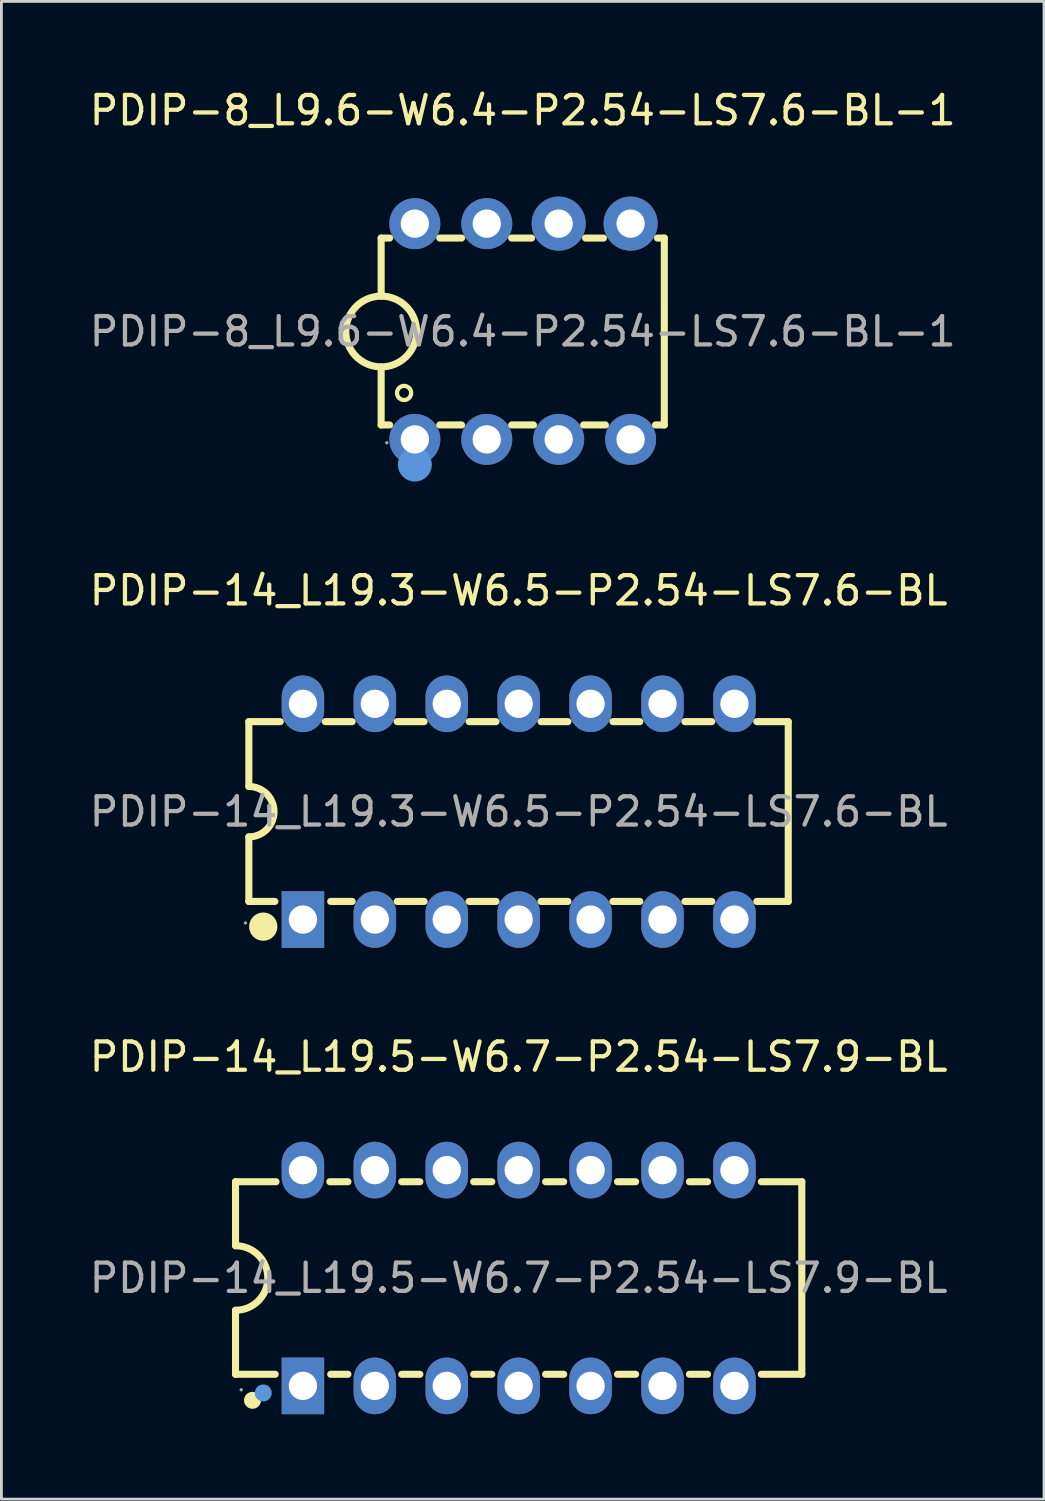
<source format=kicad_pcb>
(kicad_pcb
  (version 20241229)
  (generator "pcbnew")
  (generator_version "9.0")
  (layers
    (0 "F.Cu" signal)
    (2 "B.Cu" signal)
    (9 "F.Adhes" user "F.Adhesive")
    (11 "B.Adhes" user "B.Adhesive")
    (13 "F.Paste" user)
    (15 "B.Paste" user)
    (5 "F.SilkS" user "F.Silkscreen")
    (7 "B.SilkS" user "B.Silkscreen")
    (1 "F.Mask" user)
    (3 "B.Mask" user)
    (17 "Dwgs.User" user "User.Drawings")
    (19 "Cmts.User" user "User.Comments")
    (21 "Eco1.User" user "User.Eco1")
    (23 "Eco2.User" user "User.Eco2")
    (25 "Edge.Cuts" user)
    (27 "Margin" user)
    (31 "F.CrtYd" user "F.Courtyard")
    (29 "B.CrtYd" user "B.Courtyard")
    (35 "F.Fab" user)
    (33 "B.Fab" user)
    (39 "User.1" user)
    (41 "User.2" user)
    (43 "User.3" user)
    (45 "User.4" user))
  (footprint "PDIP-14_L19.5-W6.7-P2.54-LS7.9-BL"
    (layer "F.Cu")
    (at 15.268 42.085)
    (property "Reference" "PDIP-14_L19.5-W6.7-P2.54-LS7.9-BL" (at 0 -7.81 0) (layer "F.SilkS") (effects (font (size 1 1) (thickness 0.15))))
    (attr through_hole)
    (fp_line (start -10 -3.4) (end -10 -1.14) (stroke (width 0.25) (type solid)) (layer "F.SilkS"))
    (fp_line (start -10 -3.4) (end -8.57 -3.4) (stroke (width 0.25) (type solid)) (layer "F.SilkS"))
    (fp_line (start -10 3.4) (end -10 1.14) (stroke (width 0.25) (type solid)) (layer "F.SilkS"))
    (fp_line (start -10 3.4) (end -8.6 3.4) (stroke (width 0.25) (type solid)) (layer "F.SilkS"))
    (fp_line (start -6.67 -3.4) (end -6.03 -3.4) (stroke (width 0.25) (type solid)) (layer "F.SilkS"))
    (fp_line (start -6.64 3.4) (end -6.03 3.4) (stroke (width 0.25) (type solid)) (layer "F.SilkS"))
    (fp_line (start -4.13 -3.4) (end -3.49 -3.4) (stroke (width 0.25) (type solid)) (layer "F.SilkS"))
    (fp_line (start -4.13 3.4) (end -3.49 3.4) (stroke (width 0.25) (type solid)) (layer "F.SilkS"))
    (fp_line (start -1.59 -3.4) (end -0.95 -3.4) (stroke (width 0.25) (type solid)) (layer "F.SilkS"))
    (fp_line (start -1.59 3.4) (end -0.95 3.4) (stroke (width 0.25) (type solid)) (layer "F.SilkS"))
    (fp_line (start 0.95 -3.4) (end 1.59 -3.4) (stroke (width 0.25) (type solid)) (layer "F.SilkS"))
    (fp_line (start 0.95 3.4) (end 1.59 3.4) (stroke (width 0.25) (type solid)) (layer "F.SilkS"))
    (fp_line (start 3.49 -3.4) (end 4.13 -3.4) (stroke (width 0.25) (type solid)) (layer "F.SilkS"))
    (fp_line (start 3.49 3.4) (end 4.13 3.4) (stroke (width 0.25) (type solid)) (layer "F.SilkS"))
    (fp_line (start 6.03 -3.4) (end 6.67 -3.4) (stroke (width 0.25) (type solid)) (layer "F.SilkS"))
    (fp_line (start 6.03 3.4) (end 6.67 3.4) (stroke (width 0.25) (type solid)) (layer "F.SilkS"))
    (fp_line (start 8.57 -3.4) (end 10 -3.4) (stroke (width 0.25) (type solid)) (layer "F.SilkS"))
    (fp_line (start 8.57 3.4) (end 10 3.4) (stroke (width 0.25) (type solid)) (layer "F.SilkS"))
    (fp_line (start 10 -3.4) (end 10 3.4) (stroke (width 0.25) (type solid)) (layer "F.SilkS"))
    (fp_arc (start -10 -1.14) (mid -8.86 0) (end -10 1.14) (stroke (width 0.25) (type solid)) (layer "F.SilkS"))
    (fp_circle (center -9.4 4.32) (end -9.25 4.32) (stroke (width 0.3) (type solid)) (fill no) (layer "F.SilkS"))
    (fp_circle (center -9.02 4.06) (end -8.87 4.06) (stroke (width 0.3) (type solid)) (fill no) (layer "Cmts.User"))
    (fp_circle (center -9.8 3.95) (end -9.77 3.95) (stroke (width 0.06) (type solid)) (fill no) (layer "F.Fab"))
    (fp_text user "${REFERENCE}" (at 0 0 0) (layer "F.Fab") (effects (font (size 1 1) (thickness 0.15))))
    (pad "1" thru_hole rect (at -7.62 3.81 90) (size 2 1.5) (drill 1) (layers "*.Cu" "*.Paste" "*.Mask"))
    (pad "2" thru_hole oval (at -5.08 3.81 90) (size 2 1.5) (drill 1) (layers "*.Cu" "*.Paste" "*.Mask"))
    (pad "3" thru_hole oval (at -2.54 3.81 90) (size 2 1.5) (drill 1) (layers "*.Cu" "*.Paste" "*.Mask"))
    (pad "4" thru_hole oval (at 0 3.81 90) (size 2 1.5) (drill 1) (layers "*.Cu" "*.Paste" "*.Mask"))
    (pad "5" thru_hole oval (at 2.54 3.81 90) (size 2 1.5) (drill 1) (layers "*.Cu" "*.Paste" "*.Mask"))
    (pad "6" thru_hole oval (at 5.08 3.81 90) (size 2 1.5) (drill 1) (layers "*.Cu" "*.Paste" "*.Mask"))
    (pad "7" thru_hole oval (at 7.62 3.81 90) (size 2 1.5) (drill 1) (layers "*.Cu" "*.Paste" "*.Mask"))
    (pad "8" thru_hole oval (at 7.62 -3.81 90) (size 2 1.5) (drill 1) (layers "*.Cu" "*.Paste" "*.Mask"))
    (pad "9" thru_hole oval (at 5.08 -3.81 90) (size 2 1.5) (drill 1) (layers "*.Cu" "*.Paste" "*.Mask"))
    (pad "10" thru_hole oval (at 2.54 -3.81 90) (size 2 1.5) (drill 1) (layers "*.Cu" "*.Paste" "*.Mask"))
    (pad "11" thru_hole oval (at 0 -3.81 90) (size 2 1.5) (drill 1) (layers "*.Cu" "*.Paste" "*.Mask"))
    (pad "12" thru_hole oval (at -2.54 -3.81 90) (size 2 1.5) (drill 1) (layers "*.Cu" "*.Paste" "*.Mask"))
    (pad "13" thru_hole oval (at -5.08 -3.81 90) (size 2 1.5) (drill 1) (layers "*.Cu" "*.Paste" "*.Mask"))
    (pad "14" thru_hole oval (at -7.62 -3.81 90) (size 2 1.5) (drill 1) (layers "*.Cu" "*.Paste" "*.Mask")))
  (footprint "PDIP-14_L19.3-W6.5-P2.54-LS7.6-BL"
    (layer "F.Cu")
    (at 15.268 25.616)
    (property "Reference" "PDIP-14_L19.3-W6.5-P2.54-LS7.6-BL" (at 0 -7.81 0) (layer "F.SilkS") (effects (font (size 1 1) (thickness 0.15))))
    (attr through_hole)
    (fp_line (start -9.53 -3.18) (end -9.53 -0.89) (stroke (width 0.25) (type solid)) (layer "F.SilkS"))
    (fp_line (start -9.53 -3.18) (end -8.42 -3.18) (stroke (width 0.25) (type solid)) (layer "F.SilkS"))
    (fp_line (start -9.53 3.17) (end -9.53 0.89) (stroke (width 0.25) (type solid)) (layer "F.SilkS"))
    (fp_line (start -8.61 3.17) (end -9.53 3.17) (stroke (width 0.25) (type solid)) (layer "F.SilkS"))
    (fp_line (start -6.83 -3.18) (end -5.88 -3.18) (stroke (width 0.25) (type solid)) (layer "F.SilkS"))
    (fp_line (start -5.88 3.17) (end -6.64 3.17) (stroke (width 0.25) (type solid)) (layer "F.SilkS"))
    (fp_line (start -4.29 -3.18) (end -3.34 -3.18) (stroke (width 0.25) (type solid)) (layer "F.SilkS"))
    (fp_line (start -3.34 3.17) (end -4.29 3.17) (stroke (width 0.25) (type solid)) (layer "F.SilkS"))
    (fp_line (start -1.75 -3.18) (end -0.8 -3.18) (stroke (width 0.25) (type solid)) (layer "F.SilkS"))
    (fp_line (start -0.8 3.17) (end -1.75 3.17) (stroke (width 0.25) (type solid)) (layer "F.SilkS"))
    (fp_line (start 0.79 -3.18) (end 1.74 -3.18) (stroke (width 0.25) (type solid)) (layer "F.SilkS"))
    (fp_line (start 1.74 3.17) (end 0.79 3.17) (stroke (width 0.25) (type solid)) (layer "F.SilkS"))
    (fp_line (start 3.33 -3.18) (end 4.28 -3.18) (stroke (width 0.25) (type solid)) (layer "F.SilkS"))
    (fp_line (start 4.28 3.17) (end 3.33 3.17) (stroke (width 0.25) (type solid)) (layer "F.SilkS"))
    (fp_line (start 5.87 -3.18) (end 6.82 -3.18) (stroke (width 0.25) (type solid)) (layer "F.SilkS"))
    (fp_line (start 6.82 3.17) (end 5.87 3.17) (stroke (width 0.25) (type solid)) (layer "F.SilkS"))
    (fp_line (start 8.41 -3.18) (end 9.52 -3.18) (stroke (width 0.25) (type solid)) (layer "F.SilkS"))
    (fp_line (start 9.52 -3.18) (end 9.52 3.17) (stroke (width 0.25) (type solid)) (layer "F.SilkS"))
    (fp_line (start 9.52 3.17) (end 8.41 3.17) (stroke (width 0.25) (type solid)) (layer "F.SilkS"))
    (fp_arc (start -9.53 -0.89) (mid -8.64 0) (end -9.53 0.89) (stroke (width 0.25) (type solid)) (layer "F.SilkS"))
    (fp_circle (center -9.02 4.06) (end -8.77 4.06) (stroke (width 0.5) (type solid)) (fill no) (layer "F.SilkS"))
    (fp_circle (center -9.65 3.93) (end -9.62 3.93) (stroke (width 0.06) (type solid)) (fill no) (layer "F.Fab"))
    (fp_text user "${REFERENCE}" (at 0 0 0) (layer "F.Fab") (effects (font (size 1 1) (thickness 0.15))))
    (pad "1" thru_hole rect (at -7.62 3.81) (size 1.5 2) (drill 1) (layers "*.Cu" "*.Paste" "*.Mask"))
    (pad "2" thru_hole oval (at -5.08 3.81) (size 1.5 2) (drill 1) (layers "*.Cu" "*.Paste" "*.Mask"))
    (pad "3" thru_hole oval (at -2.54 3.81) (size 1.5 2) (drill 1) (layers "*.Cu" "*.Paste" "*.Mask"))
    (pad "4" thru_hole oval (at 0 3.81) (size 1.5 2) (drill 1) (layers "*.Cu" "*.Paste" "*.Mask"))
    (pad "5" thru_hole oval (at 2.54 3.81) (size 1.5 2) (drill 1) (layers "*.Cu" "*.Paste" "*.Mask"))
    (pad "6" thru_hole oval (at 5.08 3.81) (size 1.5 2) (drill 1) (layers "*.Cu" "*.Paste" "*.Mask"))
    (pad "7" thru_hole oval (at 7.62 3.81) (size 1.5 2) (drill 1) (layers "*.Cu" "*.Paste" "*.Mask"))
    (pad "8" thru_hole oval (at 7.62 -3.81) (size 1.5 2) (drill 1) (layers "*.Cu" "*.Paste" "*.Mask"))
    (pad "9" thru_hole oval (at 5.08 -3.81) (size 1.5 2) (drill 1) (layers "*.Cu" "*.Paste" "*.Mask"))
    (pad "10" thru_hole oval (at 2.54 -3.81) (size 1.5 2) (drill 1) (layers "*.Cu" "*.Paste" "*.Mask"))
    (pad "11" thru_hole oval (at 0 -3.81) (size 1.5 2) (drill 1) (layers "*.Cu" "*.Paste" "*.Mask"))
    (pad "12" thru_hole oval (at -2.54 -3.81) (size 1.5 2) (drill 1) (layers "*.Cu" "*.Paste" "*.Mask"))
    (pad "13" thru_hole oval (at -5.08 -3.81) (size 1.5 2) (drill 1) (layers "*.Cu" "*.Paste" "*.Mask"))
    (pad "14" thru_hole oval (at -7.62 -3.81) (size 1.5 2) (drill 1) (layers "*.Cu" "*.Paste" "*.Mask")))
  (footprint "PDIP-8_L9.6-W6.4-P2.54-LS7.6-BL-1"
    (layer "F.Cu")
    (at 15.411 8.658)
    (property "Reference" "PDIP-8_L9.6-W6.4-P2.54-LS7.6-BL-1" (at 0 -7.81 0) (layer "F.SilkS") (effects (font (size 1 1) (thickness 0.15))))
    (attr through_hole)
    (fp_line (start -5 -3.3) (end -5 -1.25) (stroke (width 0.25) (type solid)) (layer "F.SilkS"))
    (fp_line (start -5 -3.3) (end -4.7 -3.3) (stroke (width 0.25) (type solid)) (layer "F.SilkS"))
    (fp_line (start -5 3.3) (end -5 1.25) (stroke (width 0.25) (type solid)) (layer "F.SilkS"))
    (fp_line (start -5 3.3) (end -4.7 3.3) (stroke (width 0.25) (type solid)) (layer "F.SilkS"))
    (fp_line (start -2.93 -3.3) (end -2.16 -3.3) (stroke (width 0.25) (type solid)) (layer "F.SilkS"))
    (fp_line (start -2.93 3.3) (end -2.16 3.3) (stroke (width 0.25) (type solid)) (layer "F.SilkS"))
    (fp_line (start -0.39 -3.3) (end 0.31 -3.3) (stroke (width 0.25) (type solid)) (layer "F.SilkS"))
    (fp_line (start -0.39 3.3) (end 0.38 3.3) (stroke (width 0.25) (type solid)) (layer "F.SilkS"))
    (fp_line (start 2.15 3.3) (end 2.92 3.3) (stroke (width 0.25) (type solid)) (layer "F.SilkS"))
    (fp_line (start 2.22 -3.3) (end 2.85 -3.3) (stroke (width 0.25) (type solid)) (layer "F.SilkS"))
    (fp_line (start 4.69 3.3) (end 5 3.3) (stroke (width 0.25) (type solid)) (layer "F.SilkS"))
    (fp_line (start 4.76 -3.3) (end 5 -3.3) (stroke (width 0.25) (type solid)) (layer "F.SilkS"))
    (fp_line (start 5 -3.3) (end 5 3.3) (stroke (width 0.25) (type solid)) (layer "F.SilkS"))
    (fp_arc (start -5.031814 1.249635) (mid -4.979092 -1.249865) (end -5.01 1.25) (stroke (width 0.25) (type solid)) (layer "F.SilkS"))
    (fp_arc (start -3.94 2.17) (mid -4.43995 2.174996) (end -3.9402 2.160011) (stroke (width 0.15) (type solid)) (layer "F.SilkS"))
    (fp_circle (center -3.81 4.7) (end -3.51 4.7) (stroke (width 0.6) (type solid)) (fill no) (layer "Cmts.User"))
    (fp_circle (center -4.8 3.93) (end -4.77 3.93) (stroke (width 0.06) (type solid)) (fill no) (layer "F.Fab"))
    (fp_text user "${REFERENCE}" (at 0 0 0) (layer "F.Fab") (effects (font (size 1 1) (thickness 0.15))))
    (pad "1" thru_hole circle (at -3.81 3.81) (size 1.8 1.8) (drill 1) (layers "*.Cu" "*.Paste" "*.Mask"))
    (pad "2" thru_hole circle (at -1.27 3.81) (size 1.8 1.8) (drill 1) (layers "*.Cu" "*.Paste" "*.Mask"))
    (pad "3" thru_hole circle (at 1.27 3.81) (size 1.8 1.8) (drill 1) (layers "*.Cu" "*.Paste" "*.Mask"))
    (pad "4" thru_hole circle (at 3.81 3.81) (size 1.8 1.8) (drill 1) (layers "*.Cu" "*.Paste" "*.Mask"))
    (pad "5" thru_hole circle (at 3.81 -3.81) (size 1.91 1.91) (drill 1) (layers "*.Cu" "*.Paste" "*.Mask"))
    (pad "6" thru_hole circle (at 1.27 -3.81) (size 1.91 1.91) (drill 1) (layers "*.Cu" "*.Paste" "*.Mask"))
    (pad "7" thru_hole circle (at -1.27 -3.81) (size 1.8 1.8) (drill 1) (layers "*.Cu" "*.Paste" "*.Mask"))
    (pad "8" thru_hole circle (at -3.81 -3.81) (size 1.8 1.8) (drill 1) (layers "*.Cu" "*.Paste" "*.Mask")))
  (gr_rect
    (start -3 -3)
    (end 33.821 49.895)
    (stroke (width 0.1) (type default))
    (fill no)
    (layer "Edge.Cuts")))
</source>
